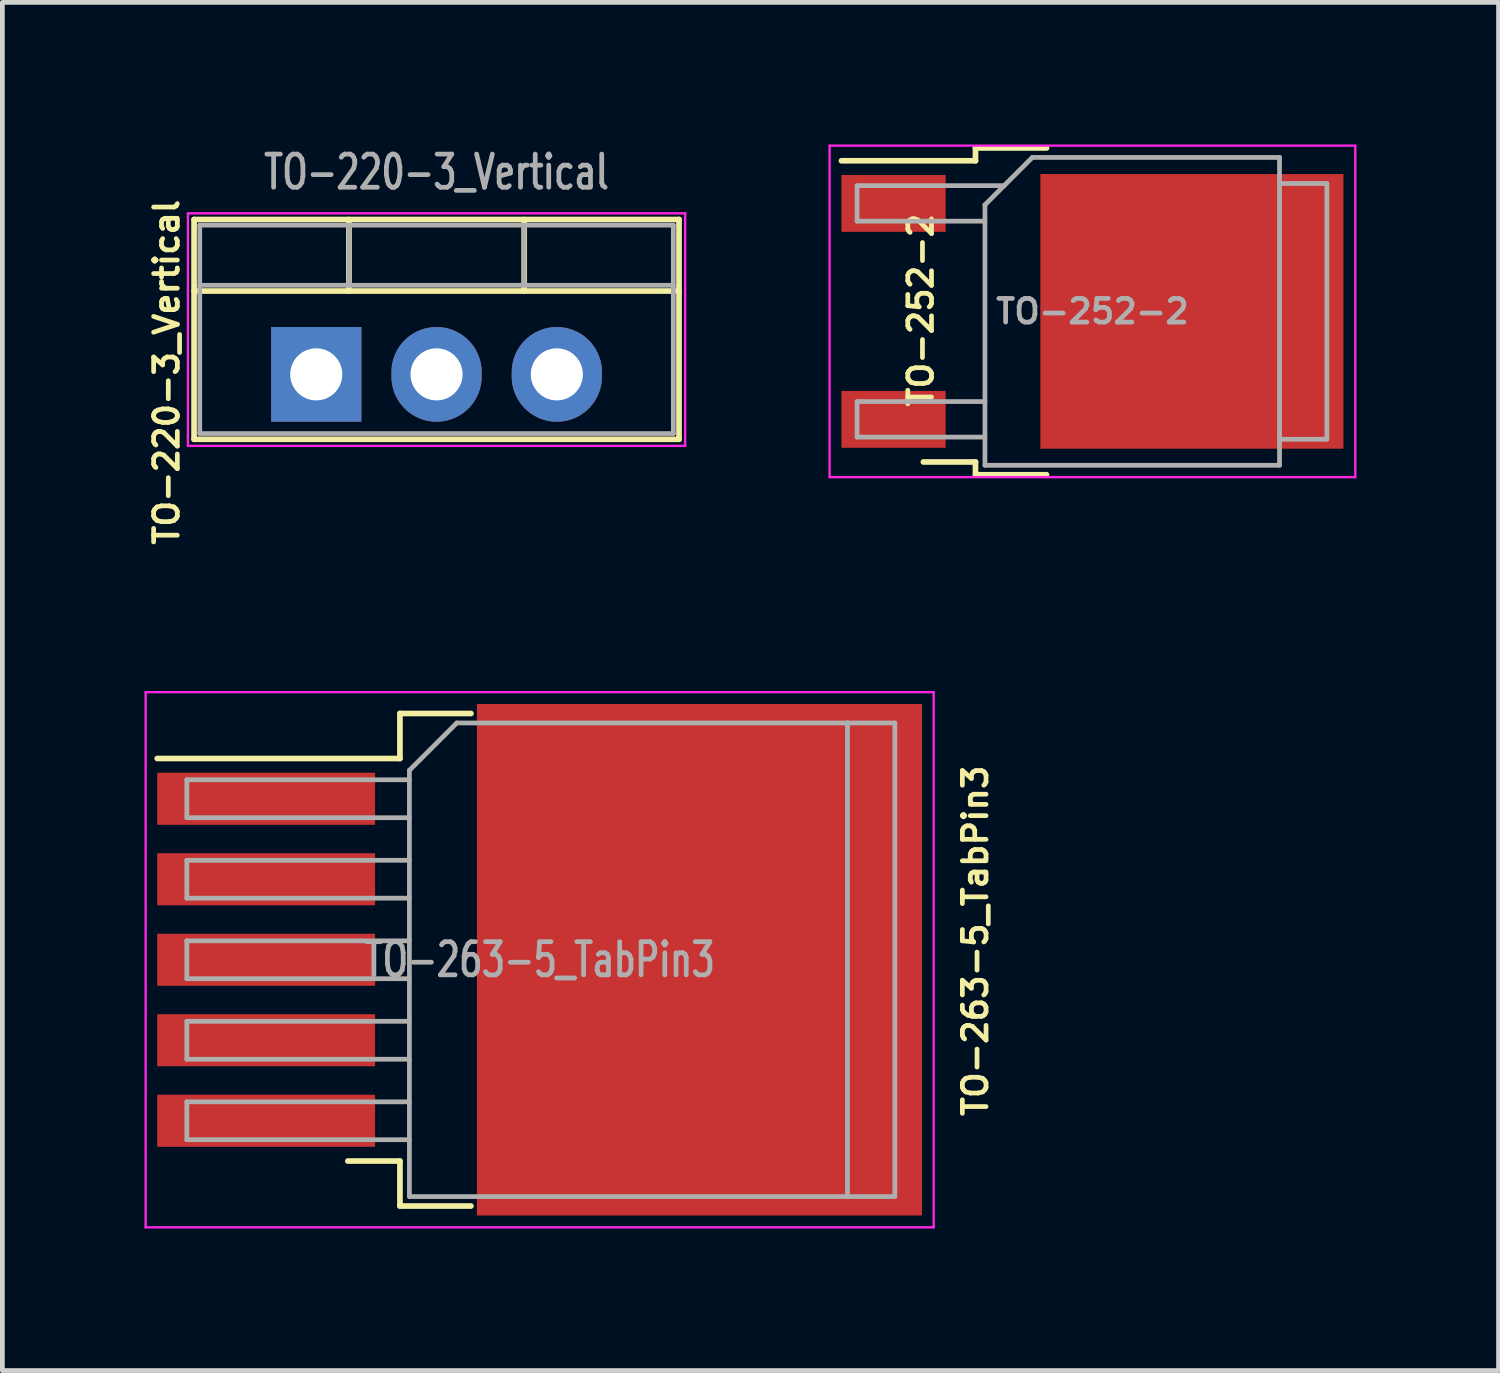
<source format=kicad_pcb>
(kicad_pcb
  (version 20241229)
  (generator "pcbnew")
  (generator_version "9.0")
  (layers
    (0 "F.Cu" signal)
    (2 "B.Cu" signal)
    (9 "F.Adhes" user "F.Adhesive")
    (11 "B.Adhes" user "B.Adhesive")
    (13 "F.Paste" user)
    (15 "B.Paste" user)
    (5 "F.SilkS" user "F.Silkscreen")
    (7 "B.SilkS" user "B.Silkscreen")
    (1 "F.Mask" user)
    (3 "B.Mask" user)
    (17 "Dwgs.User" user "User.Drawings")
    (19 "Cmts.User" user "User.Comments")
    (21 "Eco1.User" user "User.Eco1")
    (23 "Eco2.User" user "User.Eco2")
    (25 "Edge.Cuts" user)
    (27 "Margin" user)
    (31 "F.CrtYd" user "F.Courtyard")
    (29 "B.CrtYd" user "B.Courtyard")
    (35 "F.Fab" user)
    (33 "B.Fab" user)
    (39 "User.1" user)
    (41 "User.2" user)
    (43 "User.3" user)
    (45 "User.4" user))
  (footprint "TO-263-5_TabPin3"
    (layer "F.Cu")
    (at 8.345 17.216)
    (property "Reference" "TO-263-5_TabPin3" (at 9.2 -0.4 90) (layer "F.SilkS") (effects (font (size 0.5 0.5) (thickness 0.1))))
    (attr smd)
    (fp_line (start -2.95 -5.2) (end -2.95 -4.25) (stroke (width 0.12) (type solid)) (layer "F.SilkS"))
    (fp_line (start -2.95 -4.25) (end -8.075 -4.25) (stroke (width 0.12) (type solid)) (layer "F.SilkS"))
    (fp_line (start -2.95 4.25) (end -4.05 4.25) (stroke (width 0.12) (type solid)) (layer "F.SilkS"))
    (fp_line (start -2.95 5.2) (end -2.95 4.25) (stroke (width 0.12) (type solid)) (layer "F.SilkS"))
    (fp_line (start -1.45 -5.2) (end -2.95 -5.2) (stroke (width 0.12) (type solid)) (layer "F.SilkS"))
    (fp_line (start -1.45 5.2) (end -2.95 5.2) (stroke (width 0.12) (type solid)) (layer "F.SilkS"))
    (fp_line (start -8.32 -5.65) (end -8.32 5.65) (stroke (width 0.05) (type solid)) (layer "F.CrtYd"))
    (fp_line (start -8.32 5.65) (end 8.32 5.65) (stroke (width 0.05) (type solid)) (layer "F.CrtYd"))
    (fp_line (start 8.32 -5.65) (end -8.32 -5.65) (stroke (width 0.05) (type solid)) (layer "F.CrtYd"))
    (fp_line (start 8.32 5.65) (end 8.32 -5.65) (stroke (width 0.05) (type solid)) (layer "F.CrtYd"))
    (fp_line (start -7.45 -3.8) (end -7.45 -3) (stroke (width 0.1) (type solid)) (layer "F.Fab"))
    (fp_line (start -7.45 -3) (end -2.75 -3) (stroke (width 0.1) (type solid)) (layer "F.Fab"))
    (fp_line (start -7.45 -2.1) (end -7.45 -1.3) (stroke (width 0.1) (type solid)) (layer "F.Fab"))
    (fp_line (start -7.45 -1.3) (end -2.75 -1.3) (stroke (width 0.1) (type solid)) (layer "F.Fab"))
    (fp_line (start -7.45 -0.4) (end -7.45 0.4) (stroke (width 0.1) (type solid)) (layer "F.Fab"))
    (fp_line (start -7.45 0.4) (end -2.75 0.4) (stroke (width 0.1) (type solid)) (layer "F.Fab"))
    (fp_line (start -7.45 1.3) (end -7.45 2.1) (stroke (width 0.1) (type solid)) (layer "F.Fab"))
    (fp_line (start -7.45 2.1) (end -2.75 2.1) (stroke (width 0.1) (type solid)) (layer "F.Fab"))
    (fp_line (start -7.45 3) (end -7.45 3.8) (stroke (width 0.1) (type solid)) (layer "F.Fab"))
    (fp_line (start -7.45 3.8) (end -2.75 3.8) (stroke (width 0.1) (type solid)) (layer "F.Fab"))
    (fp_line (start -2.75 -4) (end -1.75 -5) (stroke (width 0.1) (type solid)) (layer "F.Fab"))
    (fp_line (start -2.75 -3.8) (end -7.45 -3.8) (stroke (width 0.1) (type solid)) (layer "F.Fab"))
    (fp_line (start -2.75 -2.1) (end -7.45 -2.1) (stroke (width 0.1) (type solid)) (layer "F.Fab"))
    (fp_line (start -2.75 -0.4) (end -7.45 -0.4) (stroke (width 0.1) (type solid)) (layer "F.Fab"))
    (fp_line (start -2.75 1.3) (end -7.45 1.3) (stroke (width 0.1) (type solid)) (layer "F.Fab"))
    (fp_line (start -2.75 3) (end -7.45 3) (stroke (width 0.1) (type solid)) (layer "F.Fab"))
    (fp_line (start -2.75 5) (end -2.75 -4) (stroke (width 0.1) (type solid)) (layer "F.Fab"))
    (fp_line (start -1.75 -5) (end 6.5 -5) (stroke (width 0.1) (type solid)) (layer "F.Fab"))
    (fp_line (start 6.5 -5) (end 6.5 5) (stroke (width 0.1) (type solid)) (layer "F.Fab"))
    (fp_line (start 6.5 -5) (end 7.5 -5) (stroke (width 0.1) (type solid)) (layer "F.Fab"))
    (fp_line (start 6.5 5) (end -2.75 5) (stroke (width 0.1) (type solid)) (layer "F.Fab"))
    (fp_line (start 7.5 -5) (end 7.5 5) (stroke (width 0.1) (type solid)) (layer "F.Fab"))
    (fp_line (start 7.5 5) (end 6.5 5) (stroke (width 0.1) (type solid)) (layer "F.Fab"))
    (fp_text user "${REFERENCE}" (at 0 0 0) (layer "F.Fab") (effects (font (size 0.7 0.5) (thickness 0.1))))
    (pad "" smd rect (at 0.95 -2.775) (size 4.55 5.25) (layers "F.Paste"))
    (pad "" smd rect (at 0.95 2.775) (size 4.55 5.25) (layers "F.Paste"))
    (pad "" smd rect (at 5.8 -2.775) (size 4.55 5.25) (layers "F.Paste"))
    (pad "" smd rect (at 5.8 2.775) (size 4.55 5.25) (layers "F.Paste"))
    (pad "1" smd rect (at -5.775 -3.4) (size 4.6 1.1) (layers "F.Cu" "F.Mask" "F.Paste"))
    (pad "2" smd rect (at -5.775 -1.7) (size 4.6 1.1) (layers "F.Cu" "F.Mask" "F.Paste"))
    (pad "3" smd rect (at -5.775 0) (size 4.6 1.1) (layers "F.Cu" "F.Mask" "F.Paste"))
    (pad "3" smd rect (at 3.375 0) (size 9.4 10.8) (layers "F.Cu" "F.Mask"))
    (pad "4" smd rect (at -5.775 1.7) (size 4.6 1.1) (layers "F.Cu" "F.Mask" "F.Paste"))
    (pad "5" smd rect (at -5.775 3.4) (size 4.6 1.1) (layers "F.Cu" "F.Mask" "F.Paste")))
  (footprint "TO-220-3_Vertical"
    (layer "F.Cu")
    (at 3.628 4.855)
    (property "Reference" "TO-220-3_Vertical" (at -3.16 -0.045 90) (layer "F.SilkS") (effects (font (size 0.5 0.5) (thickness 0.1))))
    (attr through_hole)
    (fp_line (start -2.58 -3.27) (end -2.58 1.371) (stroke (width 0.12) (type solid)) (layer "F.SilkS"))
    (fp_line (start -2.58 -3.27) (end 7.66 -3.27) (stroke (width 0.12) (type solid)) (layer "F.SilkS"))
    (fp_line (start -2.58 -1.76) (end 7.66 -1.76) (stroke (width 0.12) (type solid)) (layer "F.SilkS"))
    (fp_line (start -2.58 1.371) (end 7.66 1.371) (stroke (width 0.12) (type solid)) (layer "F.SilkS"))
    (fp_line (start 0.69 -3.27) (end 0.69 -1.76) (stroke (width 0.12) (type solid)) (layer "F.SilkS"))
    (fp_line (start 4.391 -3.27) (end 4.391 -1.76) (stroke (width 0.12) (type solid)) (layer "F.SilkS"))
    (fp_line (start 7.66 -3.27) (end 7.66 1.371) (stroke (width 0.12) (type solid)) (layer "F.SilkS"))
    (fp_line (start -2.71 -3.4) (end -2.71 1.51) (stroke (width 0.05) (type solid)) (layer "F.CrtYd"))
    (fp_line (start -2.71 1.51) (end 7.79 1.51) (stroke (width 0.05) (type solid)) (layer "F.CrtYd"))
    (fp_line (start 7.79 -3.4) (end -2.71 -3.4) (stroke (width 0.05) (type solid)) (layer "F.CrtYd"))
    (fp_line (start 7.79 1.51) (end 7.79 -3.4) (stroke (width 0.05) (type solid)) (layer "F.CrtYd"))
    (fp_line (start -2.46 -3.15) (end -2.46 1.25) (stroke (width 0.1) (type solid)) (layer "F.Fab"))
    (fp_line (start -2.46 -1.88) (end 7.54 -1.88) (stroke (width 0.1) (type solid)) (layer "F.Fab"))
    (fp_line (start -2.46 1.25) (end 7.54 1.25) (stroke (width 0.1) (type solid)) (layer "F.Fab"))
    (fp_line (start 0.69 -3.15) (end 0.69 -1.88) (stroke (width 0.1) (type solid)) (layer "F.Fab"))
    (fp_line (start 4.39 -3.15) (end 4.39 -1.88) (stroke (width 0.1) (type solid)) (layer "F.Fab"))
    (fp_line (start 7.54 -3.15) (end -2.46 -3.15) (stroke (width 0.1) (type solid)) (layer "F.Fab"))
    (fp_line (start 7.54 1.25) (end 7.54 -3.15) (stroke (width 0.1) (type solid)) (layer "F.Fab"))
    (fp_text user "${REFERENCE}" (at 2.54 -4.27 0) (layer "F.Fab") (effects (font (size 0.7 0.5) (thickness 0.1))))
    (pad "1" thru_hole rect (at 0 0) (size 1.905 2) (drill 1.1) (layers "*.Cu" "*.Mask"))
    (pad "2" thru_hole oval (at 2.54 0) (size 1.905 2) (drill 1.1) (layers "*.Cu" "*.Mask"))
    (pad "3" thru_hole oval (at 5.08 0) (size 1.905 2) (drill 1.1) (layers "*.Cu" "*.Mask")))
  (footprint "TO-252-2"
    (layer "F.Cu")
    (at 20.018 3.525)
    (property "Reference" "TO-252-2" (at -3.625 -0.025 270) (layer "F.SilkS") (effects (font (size 0.5 0.5) (thickness 0.1))))
    (attr smd)
    (fp_line (start -5.3 -3.18) (end -2.47 -3.18) (stroke (width 0.12) (type solid)) (layer "F.SilkS"))
    (fp_line (start -3.57 3.18) (end -2.47 3.18) (stroke (width 0.12) (type solid)) (layer "F.SilkS"))
    (fp_line (start -2.47 -3.45) (end -0.97 -3.45) (stroke (width 0.12) (type solid)) (layer "F.SilkS"))
    (fp_line (start -2.47 -3.18) (end -2.47 -3.45) (stroke (width 0.12) (type solid)) (layer "F.SilkS"))
    (fp_line (start -2.47 3.18) (end -2.47 3.45) (stroke (width 0.12) (type solid)) (layer "F.SilkS"))
    (fp_line (start -2.47 3.45) (end -0.97 3.45) (stroke (width 0.12) (type solid)) (layer "F.SilkS"))
    (fp_line (start -5.55 -3.5) (end 5.55 -3.5) (stroke (width 0.05) (type solid)) (layer "F.CrtYd"))
    (fp_line (start -5.55 3.5) (end -5.55 -3.5) (stroke (width 0.05) (type solid)) (layer "F.CrtYd"))
    (fp_line (start 5.55 -3.5) (end 5.55 3.5) (stroke (width 0.05) (type solid)) (layer "F.CrtYd"))
    (fp_line (start 5.55 3.5) (end -5.55 3.5) (stroke (width 0.05) (type solid)) (layer "F.CrtYd"))
    (fp_line (start -4.97 -2.655) (end -1.865 -2.655) (stroke (width 0.1) (type solid)) (layer "F.Fab"))
    (fp_line (start -4.97 -1.905) (end -4.97 -2.655) (stroke (width 0.1) (type solid)) (layer "F.Fab"))
    (fp_line (start -4.97 1.905) (end -2.27 1.905) (stroke (width 0.1) (type solid)) (layer "F.Fab"))
    (fp_line (start -4.97 2.655) (end -4.97 1.905) (stroke (width 0.1) (type solid)) (layer "F.Fab"))
    (fp_line (start -2.27 -2.25) (end -2.27 3.25) (stroke (width 0.1) (type solid)) (layer "F.Fab"))
    (fp_line (start -2.27 -1.905) (end -4.97 -1.905) (stroke (width 0.1) (type solid)) (layer "F.Fab"))
    (fp_line (start -2.27 2.655) (end -4.97 2.655) (stroke (width 0.1) (type solid)) (layer "F.Fab"))
    (fp_line (start -2.27 3.25) (end 3.95 3.25) (stroke (width 0.1) (type solid)) (layer "F.Fab"))
    (fp_line (start -1.27 -3.25) (end -2.27 -2.25) (stroke (width 0.1) (type solid)) (layer "F.Fab"))
    (fp_line (start 3.95 -3.25) (end -1.27 -3.25) (stroke (width 0.1) (type solid)) (layer "F.Fab"))
    (fp_line (start 3.95 2.7) (end 4.95 2.7) (stroke (width 0.1) (type solid)) (layer "F.Fab"))
    (fp_line (start 3.95 3.25) (end 3.95 -3.25) (stroke (width 0.1) (type solid)) (layer "F.Fab"))
    (fp_line (start 4.95 -2.7) (end 3.95 -2.7) (stroke (width 0.1) (type solid)) (layer "F.Fab"))
    (fp_line (start 4.95 2.7) (end 4.95 -2.7) (stroke (width 0.1) (type solid)) (layer "F.Fab"))
    (fp_text user "${REFERENCE}" (at 0 0 180) (layer "F.Fab") (effects (font (size 0.5 0.5) (thickness 0.1))))
    (pad "" smd rect (at 0.425 -1.525 180) (size 3.05 2.75) (layers "F.Paste"))
    (pad "" smd rect (at 0.425 1.525 180) (size 3.05 2.75) (layers "F.Paste"))
    (pad "" smd rect (at 3.775 -1.525 180) (size 3.05 2.75) (layers "F.Paste"))
    (pad "" smd rect (at 3.775 1.525 180) (size 3.05 2.75) (layers "F.Paste"))
    (pad "1" smd rect (at -4.2 -2.28 180) (size 2.2 1.2) (layers "F.Cu" "F.Mask" "F.Paste"))
    (pad "2" smd rect (at 2.1 0 180) (size 6.4 5.8) (layers "F.Cu" "F.Mask"))
    (pad "3" smd rect (at -4.2 2.28 180) (size 2.2 1.2) (layers "F.Cu" "F.Mask" "F.Paste")))
  (gr_rect
    (start -3 -3)
    (end 28.593 25.891)
    (stroke (width 0.1) (type default))
    (fill no)
    (layer "Edge.Cuts")))
</source>
